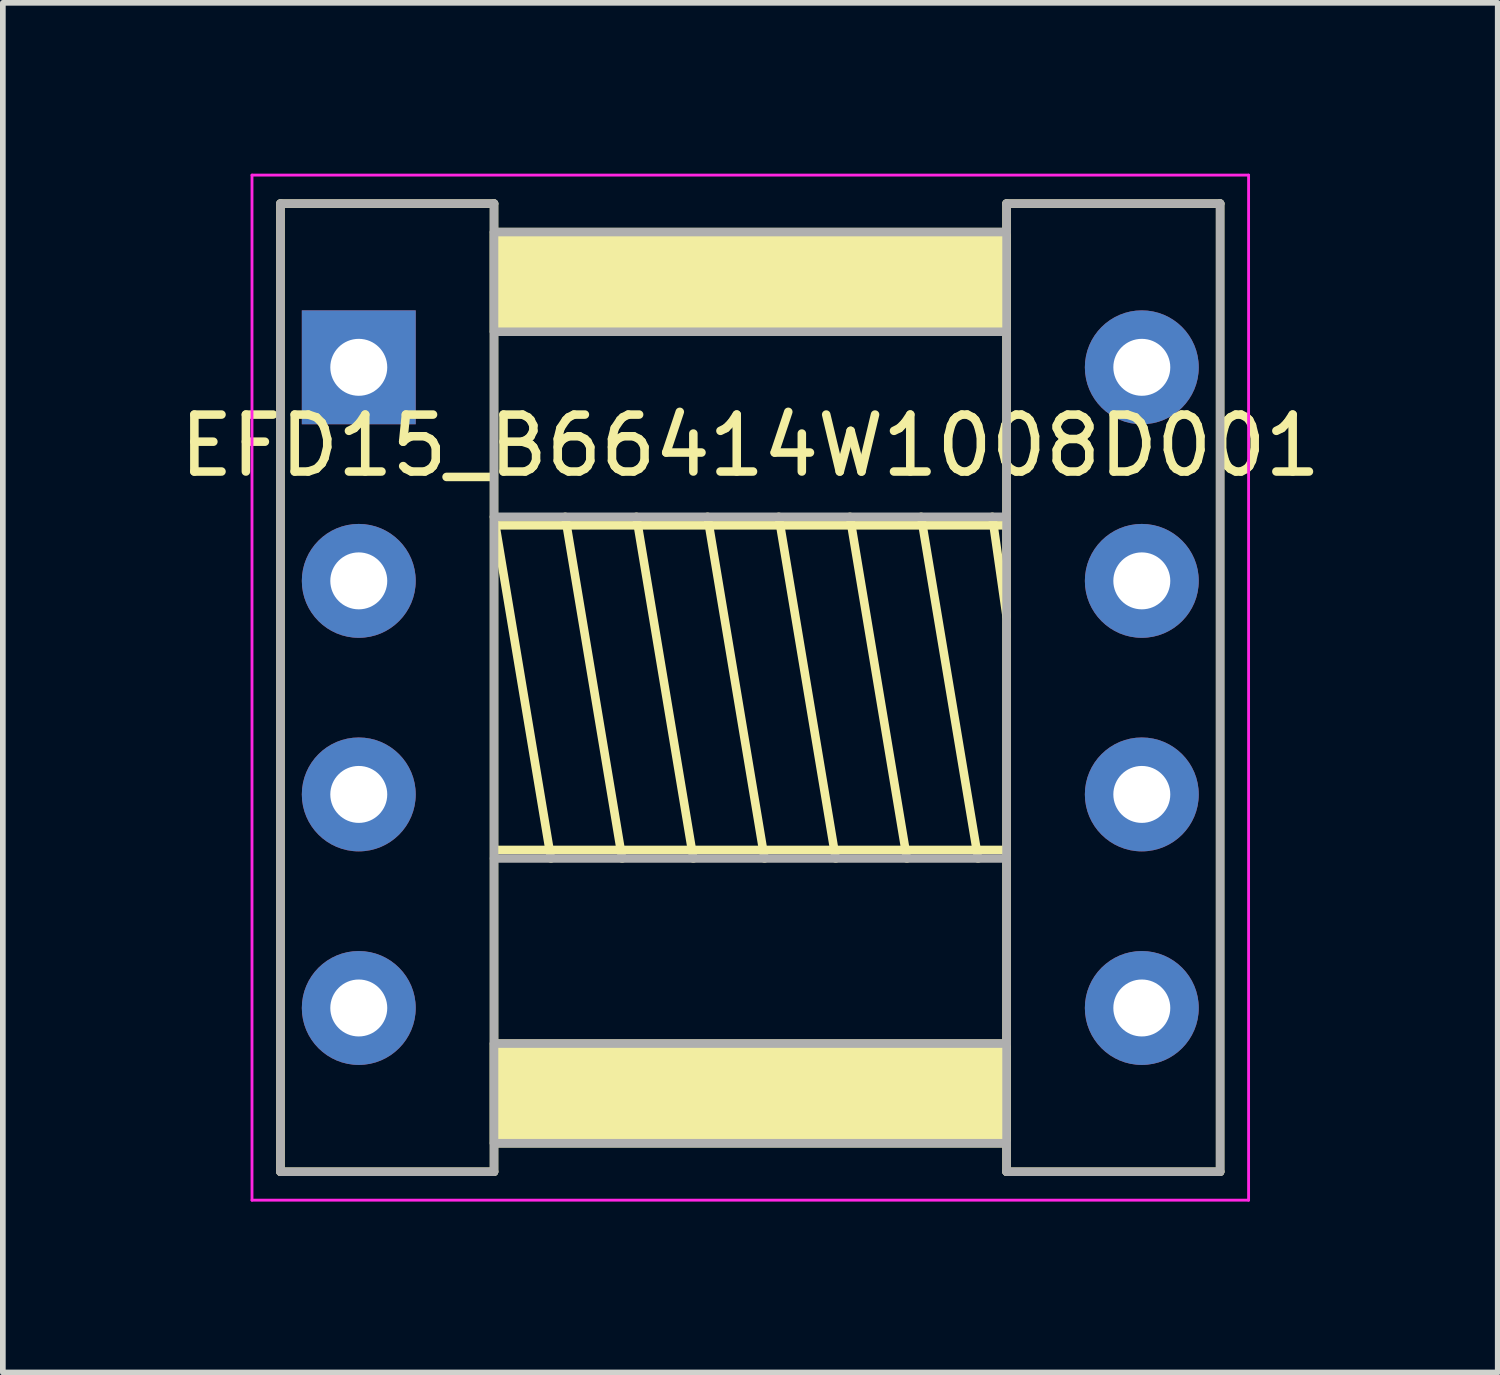
<source format=kicad_pcb>
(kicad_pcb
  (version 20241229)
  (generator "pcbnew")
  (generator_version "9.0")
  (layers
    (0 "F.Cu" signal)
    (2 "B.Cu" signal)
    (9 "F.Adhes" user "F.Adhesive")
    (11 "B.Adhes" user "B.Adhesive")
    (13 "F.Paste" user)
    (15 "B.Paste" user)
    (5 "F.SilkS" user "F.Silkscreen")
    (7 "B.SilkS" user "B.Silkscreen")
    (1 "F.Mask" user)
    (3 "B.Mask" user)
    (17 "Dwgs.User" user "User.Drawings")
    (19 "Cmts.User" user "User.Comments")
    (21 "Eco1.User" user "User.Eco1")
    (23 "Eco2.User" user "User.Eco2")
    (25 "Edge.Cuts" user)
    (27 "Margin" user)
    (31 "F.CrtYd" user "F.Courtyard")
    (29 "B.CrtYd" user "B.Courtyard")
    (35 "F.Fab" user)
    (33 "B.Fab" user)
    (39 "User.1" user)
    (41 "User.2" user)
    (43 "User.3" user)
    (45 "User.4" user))
  (footprint "EFD15_B66414W1008D001"
    (layer "F.Cu")
    (at 10.125 9.025)
    (property "Reference" "EFD15_B66414W1008D001" (at 0 -4.25 0) (layer "F.SilkS") (effects (font (size 1 1) (thickness 0.15))))
    (attr through_hole)
    (fp_line (start -8.25 -8.5) (end -8.25 8.5) (stroke (width 0.15) (type solid)) (layer "F.SilkS"))
    (fp_line (start -8.25 -8.5) (end -4.5 -8.5) (stroke (width 0.15) (type solid)) (layer "F.SilkS"))
    (fp_line (start -4.5 -8.5) (end -4.5 8.5) (stroke (width 0.15) (type solid)) (layer "F.SilkS"))
    (fp_line (start -4.5 8.5) (end -8.25 8.5) (stroke (width 0.15) (type solid)) (layer "F.SilkS"))
    (fp_line (start -4.425 -2.85) (end 4.425 -2.85) (stroke (width 0.15) (type solid)) (layer "F.SilkS"))
    (fp_line (start -4.425 2.85) (end 4.425 2.85) (stroke (width 0.15) (type solid)) (layer "F.SilkS"))
    (fp_line (start -3.5 3) (end -4.5 -3) (stroke (width 0.15) (type solid)) (layer "F.SilkS"))
    (fp_line (start -2.25 3) (end -3.25 -3) (stroke (width 0.15) (type solid)) (layer "F.SilkS"))
    (fp_line (start -1 3) (end -2 -3) (stroke (width 0.15) (type solid)) (layer "F.SilkS"))
    (fp_line (start 0.25 3) (end -0.75 -3) (stroke (width 0.15) (type solid)) (layer "F.SilkS"))
    (fp_line (start 1.5 3) (end 0.5 -3) (stroke (width 0.15) (type solid)) (layer "F.SilkS"))
    (fp_line (start 2.75 3) (end 1.75 -3) (stroke (width 0.15) (type solid)) (layer "F.SilkS"))
    (fp_line (start 4 3) (end 3 -3) (stroke (width 0.15) (type solid)) (layer "F.SilkS"))
    (fp_line (start 4.25 -3) (end 4.5 -1.25) (stroke (width 0.15) (type solid)) (layer "F.SilkS"))
    (fp_line (start 4.5 -8.5) (end 4.5 8.5) (stroke (width 0.15) (type solid)) (layer "F.SilkS"))
    (fp_line (start 4.5 8.5) (end 8.25 8.5) (stroke (width 0.15) (type solid)) (layer "F.SilkS"))
    (fp_line (start 8.25 -8.5) (end 4.5 -8.5) (stroke (width 0.15) (type solid)) (layer "F.SilkS"))
    (fp_line (start 8.25 -8.5) (end 8.25 8.5) (stroke (width 0.15) (type solid)) (layer "F.SilkS"))
    (fp_poly (pts (xy -4.5 8) (xy 4.5 8) (xy 4.5 6.25) (xy -4.5 6.25)) (stroke (width 0.15) (type solid)) (fill yes) (layer "F.SilkS"))
    (fp_poly (pts (xy 4.5 -8) (xy -4.5 -8) (xy -4.5 -6.25) (xy 4.5 -6.25)) (stroke (width 0.15) (type solid)) (fill yes) (layer "F.SilkS"))
    (fp_line (start -8.75 -9) (end 8.75 -9) (stroke (width 0.05) (type solid)) (layer "F.CrtYd"))
    (fp_line (start -8.75 9) (end -8.75 -9) (stroke (width 0.05) (type solid)) (layer "F.CrtYd"))
    (fp_line (start 8.75 -9) (end 8.75 9) (stroke (width 0.05) (type solid)) (layer "F.CrtYd"))
    (fp_line (start 8.75 9) (end -8.75 9) (stroke (width 0.05) (type solid)) (layer "F.CrtYd"))
    (fp_line (start -8.25 -8.5) (end -4.5 -8.5) (stroke (width 0.15) (type solid)) (layer "F.Fab"))
    (fp_line (start -8.25 8.5) (end -8.25 -8.5) (stroke (width 0.15) (type solid)) (layer "F.Fab"))
    (fp_line (start -4.5 -8.5) (end -4.5 8.5) (stroke (width 0.15) (type solid)) (layer "F.Fab"))
    (fp_line (start -4.5 -6.25) (end 4.5 -6.25) (stroke (width 0.15) (type solid)) (layer "F.Fab"))
    (fp_line (start -4.5 6.25) (end 4.5 6.25) (stroke (width 0.15) (type solid)) (layer "F.Fab"))
    (fp_line (start -4.5 8.5) (end -8.25 8.5) (stroke (width 0.15) (type solid)) (layer "F.Fab"))
    (fp_line (start 4.5 -8.5) (end 8.25 -8.5) (stroke (width 0.15) (type solid)) (layer "F.Fab"))
    (fp_line (start 4.5 -8) (end -4.5 -8) (stroke (width 0.15) (type solid)) (layer "F.Fab"))
    (fp_line (start 4.5 -3) (end -4.5 -3) (stroke (width 0.15) (type solid)) (layer "F.Fab"))
    (fp_line (start 4.5 3) (end -4.5 3) (stroke (width 0.15) (type solid)) (layer "F.Fab"))
    (fp_line (start 4.5 8) (end -4.5 8) (stroke (width 0.15) (type solid)) (layer "F.Fab"))
    (fp_line (start 4.5 8.5) (end 4.5 -8.5) (stroke (width 0.15) (type solid)) (layer "F.Fab"))
    (fp_line (start 8.25 -8.5) (end 8.25 8.5) (stroke (width 0.15) (type solid)) (layer "F.Fab"))
    (fp_line (start 8.25 8.5) (end 4.5 8.5) (stroke (width 0.15) (type solid)) (layer "F.Fab"))
    (pad "1" thru_hole rect (at -6.875 -5.625) (size 2 2) (drill 1) (layers "*.Cu" "*.Mask"))
    (pad "2" thru_hole circle (at -6.875 -1.875) (size 2 2) (drill 1) (layers "*.Cu" "*.Mask"))
    (pad "3" thru_hole circle (at -6.875 1.875) (size 2 2) (drill 1) (layers "*.Cu" "*.Mask"))
    (pad "4" thru_hole circle (at -6.875 5.625) (size 2 2) (drill 1) (layers "*.Cu" "*.Mask"))
    (pad "5" thru_hole circle (at 6.875 5.625) (size 2 2) (drill 1) (layers "*.Cu" "*.Mask"))
    (pad "6" thru_hole circle (at 6.875 1.875) (size 2 2) (drill 1) (layers "*.Cu" "*.Mask"))
    (pad "7" thru_hole circle (at 6.875 -1.875) (size 2 2) (drill 1) (layers "*.Cu" "*.Mask"))
    (pad "8" thru_hole circle (at 6.875 -5.625) (size 2 2) (drill 1) (layers "*.Cu" "*.Mask")))
  (gr_rect
    (start -3 -3)
    (end 23.25 21.05)
    (stroke (width 0.1) (type default))
    (fill no)
    (layer "Edge.Cuts")))
</source>
